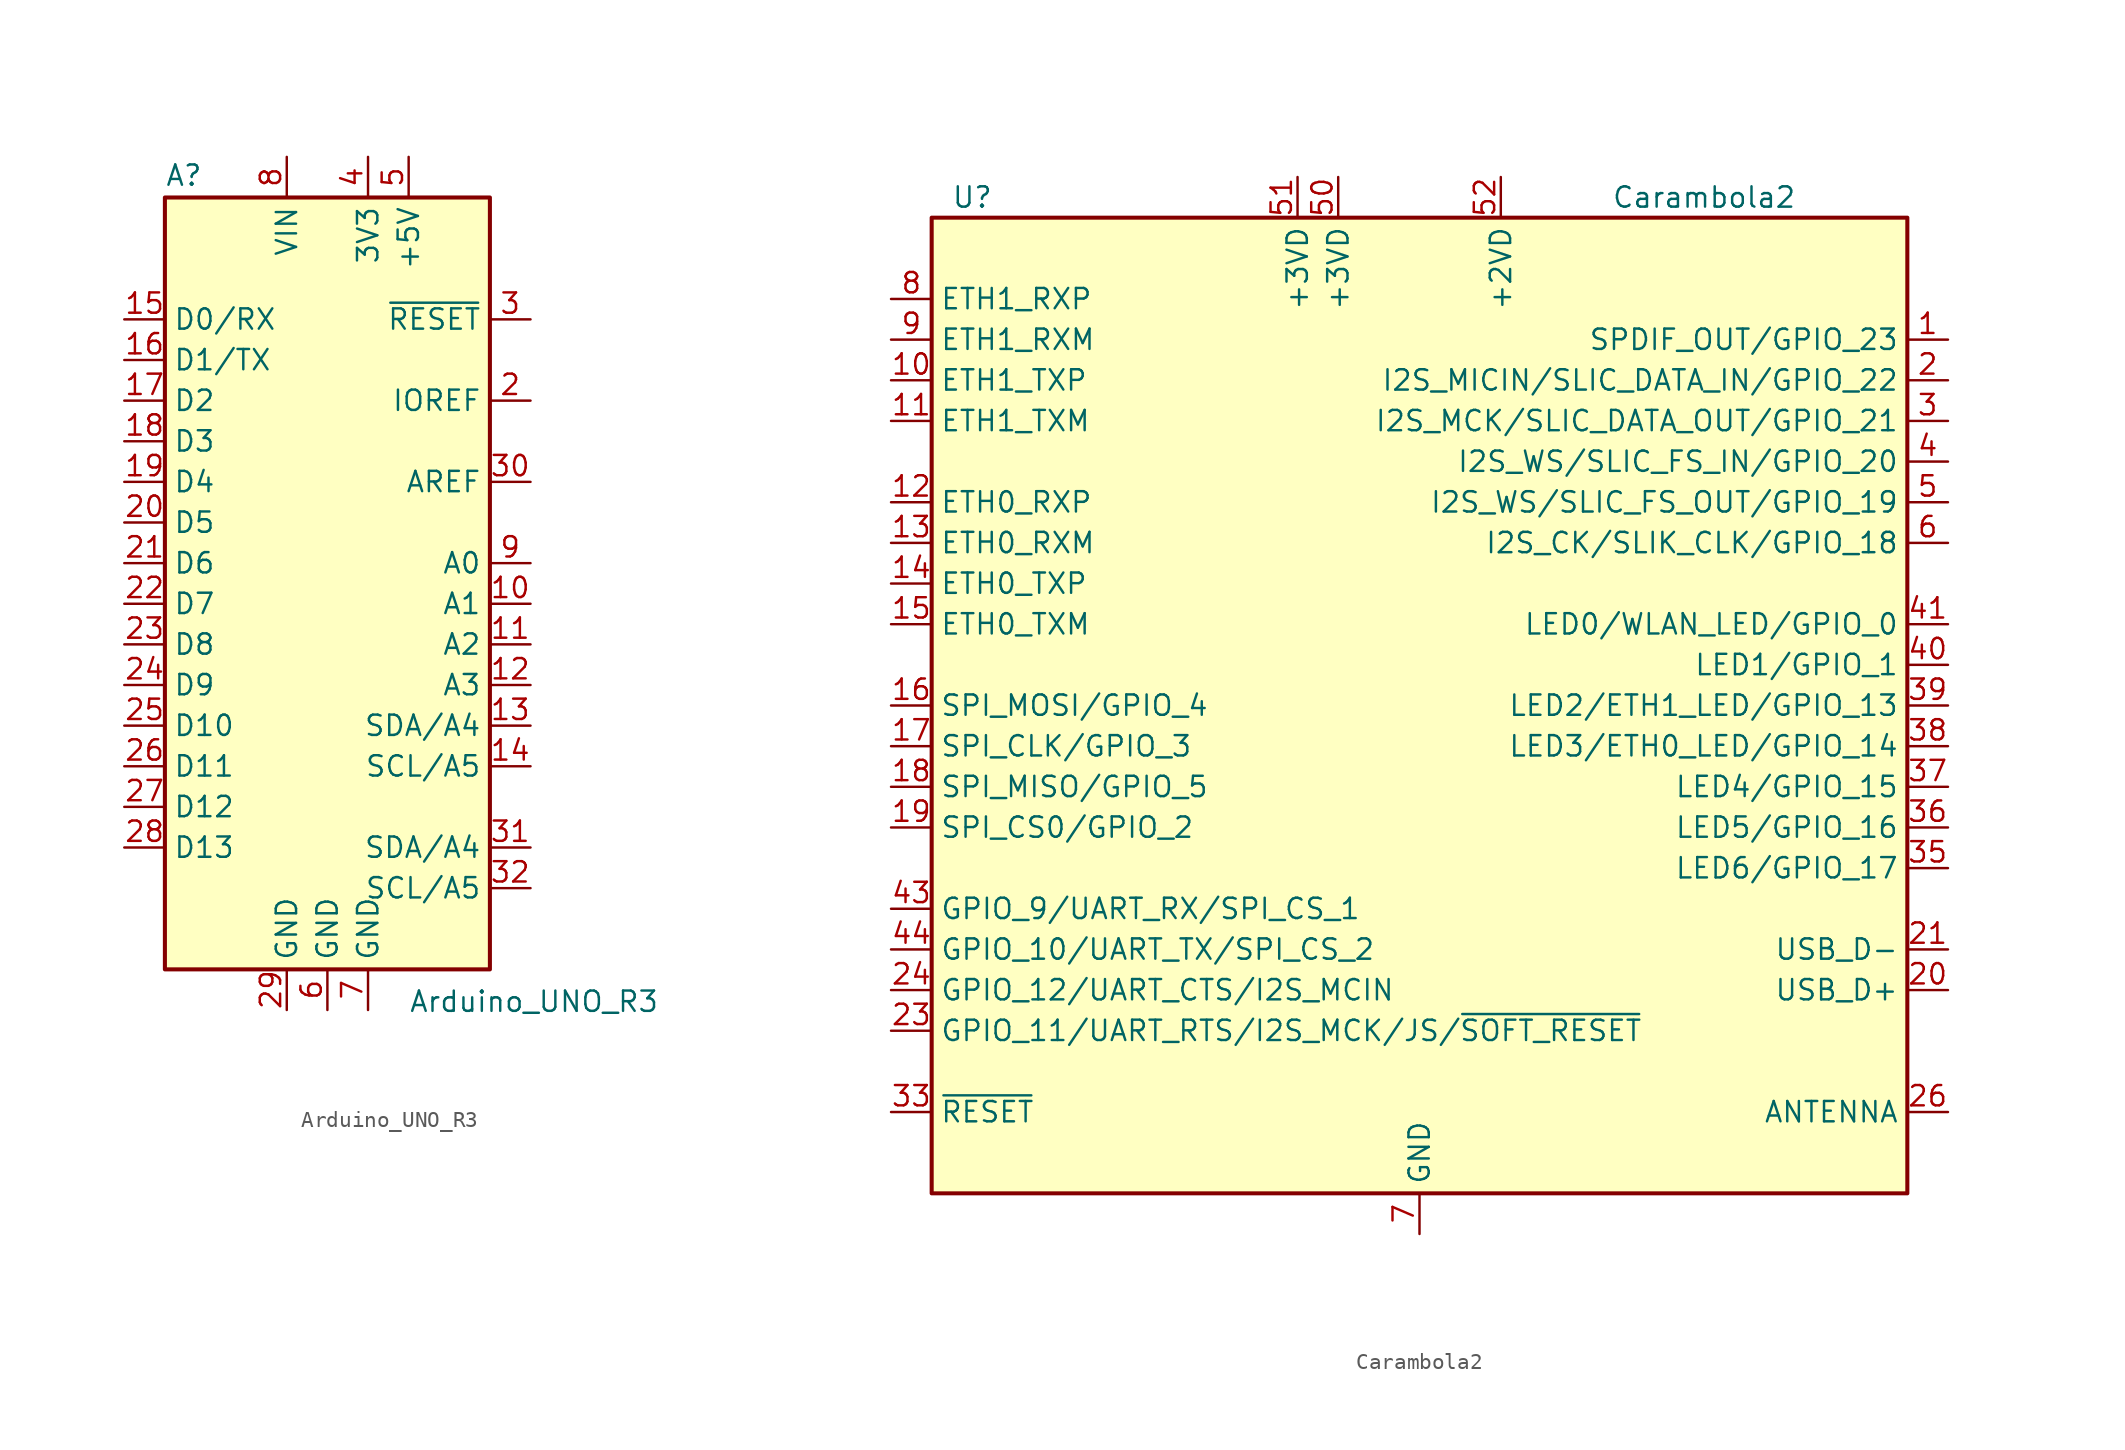
<source format=kicad_sym>
(kicad_symbol_lib
  (version 20241209)
  (generator "kicad_symbol_editor")
  (generator_version "9.0")
  (symbol "Arduino_UNO_R3"
    (property "Reference" "A"
      (at -10.16 23.495 0)
      (effects (font (size 1.27 1.27)) (justify left bottom)))
    (property "Value" "Arduino_UNO_R3"
      (at 5.08 -26.67 0)
      (effects (font (size 1.27 1.27)) (justify left top)))
    (symbol "Arduino_UNO_R3_0_1"
      (rectangle (start -10.16 22.86) (end 10.16 -25.4) (stroke (width 0.254) (type default)) (fill (type background))))
    (symbol "Arduino_UNO_R3_1_1"
      (pin bidirectional line (at -12.7 15.24 0) (length 2.54) (name "D0/RX" (effects (font (size 1.27 1.27)))) (number "15" (effects (font (size 1.27 1.27)))))
      (pin bidirectional line (at -12.7 12.7 0) (length 2.54) (name "D1/TX" (effects (font (size 1.27 1.27)))) (number "16" (effects (font (size 1.27 1.27)))))
      (pin bidirectional line (at -12.7 10.16 0) (length 2.54) (name "D2" (effects (font (size 1.27 1.27)))) (number "17" (effects (font (size 1.27 1.27)))))
      (pin bidirectional line (at -12.7 7.62 0) (length 2.54) (name "D3" (effects (font (size 1.27 1.27)))) (number "18" (effects (font (size 1.27 1.27)))))
      (pin bidirectional line (at -12.7 5.08 0) (length 2.54) (name "D4" (effects (font (size 1.27 1.27)))) (number "19" (effects (font (size 1.27 1.27)))))
      (pin bidirectional line (at -12.7 2.54 0) (length 2.54) (name "D5" (effects (font (size 1.27 1.27)))) (number "20" (effects (font (size 1.27 1.27)))))
      (pin bidirectional line (at -12.7 0 0) (length 2.54) (name "D6" (effects (font (size 1.27 1.27)))) (number "21" (effects (font (size 1.27 1.27)))))
      (pin bidirectional line (at -12.7 -2.54 0) (length 2.54) (name "D7" (effects (font (size 1.27 1.27)))) (number "22" (effects (font (size 1.27 1.27)))))
      (pin bidirectional line (at -12.7 -5.08 0) (length 2.54) (name "D8" (effects (font (size 1.27 1.27)))) (number "23" (effects (font (size 1.27 1.27)))))
      (pin bidirectional line (at -12.7 -7.62 0) (length 2.54) (name "D9" (effects (font (size 1.27 1.27)))) (number "24" (effects (font (size 1.27 1.27)))))
      (pin bidirectional line (at -12.7 -10.16 0) (length 2.54) (name "D10" (effects (font (size 1.27 1.27)))) (number "25" (effects (font (size 1.27 1.27)))))
      (pin bidirectional line (at -12.7 -12.7 0) (length 2.54) (name "D11" (effects (font (size 1.27 1.27)))) (number "26" (effects (font (size 1.27 1.27)))))
      (pin bidirectional line (at -12.7 -15.24 0) (length 2.54) (name "D12" (effects (font (size 1.27 1.27)))) (number "27" (effects (font (size 1.27 1.27)))))
      (pin bidirectional line (at -12.7 -17.78 0) (length 2.54) (name "D13" (effects (font (size 1.27 1.27)))) (number "28" (effects (font (size 1.27 1.27)))))
      (pin no_connect line (at -10.16 -20.32 0) (length 2.54) (hide yes) (name "NC" (effects (font (size 1.27 1.27)))) (number "1" (effects (font (size 1.27 1.27)))))
      (pin power_in line (at -2.54 25.4 270) (length 2.54) (name "VIN" (effects (font (size 1.27 1.27)))) (number "8" (effects (font (size 1.27 1.27)))))
      (pin power_in line (at -2.54 -27.94 90) (length 2.54) (name "GND" (effects (font (size 1.27 1.27)))) (number "29" (effects (font (size 1.27 1.27)))))
      (pin power_in line (at 0 -27.94 90) (length 2.54) (name "GND" (effects (font (size 1.27 1.27)))) (number "6" (effects (font (size 1.27 1.27)))))
      (pin power_out line (at 2.54 25.4 270) (length 2.54) (name "3V3" (effects (font (size 1.27 1.27)))) (number "4" (effects (font (size 1.27 1.27)))))
      (pin power_in line (at 2.54 -27.94 90) (length 2.54) (name "GND" (effects (font (size 1.27 1.27)))) (number "7" (effects (font (size 1.27 1.27)))))
      (pin power_out line (at 5.08 25.4 270) (length 2.54) (name "+5V" (effects (font (size 1.27 1.27)))) (number "5" (effects (font (size 1.27 1.27)))))
      (pin input line (at 12.7 15.24 180) (length 2.54) (name "~{RESET}" (effects (font (size 1.27 1.27)))) (number "3" (effects (font (size 1.27 1.27)))))
      (pin output line (at 12.7 10.16 180) (length 2.54) (name "IOREF" (effects (font (size 1.27 1.27)))) (number "2" (effects (font (size 1.27 1.27)))))
      (pin input line (at 12.7 5.08 180) (length 2.54) (name "AREF" (effects (font (size 1.27 1.27)))) (number "30" (effects (font (size 1.27 1.27)))))
      (pin bidirectional line (at 12.7 0 180) (length 2.54) (name "A0" (effects (font (size 1.27 1.27)))) (number "9" (effects (font (size 1.27 1.27)))))
      (pin bidirectional line (at 12.7 -2.54 180) (length 2.54) (name "A1" (effects (font (size 1.27 1.27)))) (number "10" (effects (font (size 1.27 1.27)))))
      (pin bidirectional line (at 12.7 -5.08 180) (length 2.54) (name "A2" (effects (font (size 1.27 1.27)))) (number "11" (effects (font (size 1.27 1.27)))))
      (pin bidirectional line (at 12.7 -7.62 180) (length 2.54) (name "A3" (effects (font (size 1.27 1.27)))) (number "12" (effects (font (size 1.27 1.27)))))
      (pin bidirectional line (at 12.7 -10.16 180) (length 2.54) (name "SDA/A4" (effects (font (size 1.27 1.27)))) (number "13" (effects (font (size 1.27 1.27)))))
      (pin bidirectional line (at 12.7 -12.7 180) (length 2.54) (name "SCL/A5" (effects (font (size 1.27 1.27)))) (number "14" (effects (font (size 1.27 1.27)))))
      (pin bidirectional line (at 12.7 -17.78 180) (length 2.54) (name "SDA/A4" (effects (font (size 1.27 1.27)))) (number "31" (effects (font (size 1.27 1.27)))))
      (pin bidirectional line (at 12.7 -20.32 180) (length 2.54) (name "SCL/A5" (effects (font (size 1.27 1.27)))) (number "32" (effects (font (size 1.27 1.27)))))))
  (symbol "Carambola2"
    (property "Reference" "U"
      (at -27.94 31.75 0)
      (effects (font (size 1.27 1.27))))
    (property "Value" "Carambola2"
      (at 17.78 31.75 0)
      (effects (font (size 1.27 1.27))))
    (symbol "Carambola2_0_1"
      (rectangle (start -30.48 30.48) (end 30.48 -30.48) (stroke (width 0.254) (type default)) (fill (type background))))
    (symbol "Carambola2_1_1"
      (pin input line (at -33.02 25.4 0) (length 2.54) (name "ETH1_RXP" (effects (font (size 1.27 1.27)))) (number "8" (effects (font (size 1.27 1.27)))))
      (pin input line (at -33.02 22.86 0) (length 2.54) (name "ETH1_RXM" (effects (font (size 1.27 1.27)))) (number "9" (effects (font (size 1.27 1.27)))))
      (pin output line (at -33.02 20.32 0) (length 2.54) (name "ETH1_TXP" (effects (font (size 1.27 1.27)))) (number "10" (effects (font (size 1.27 1.27)))))
      (pin output line (at -33.02 17.78 0) (length 2.54) (name "ETH1_TXM" (effects (font (size 1.27 1.27)))) (number "11" (effects (font (size 1.27 1.27)))))
      (pin input line (at -33.02 12.7 0) (length 2.54) (name "ETH0_RXP" (effects (font (size 1.27 1.27)))) (number "12" (effects (font (size 1.27 1.27)))))
      (pin input line (at -33.02 10.16 0) (length 2.54) (name "ETH0_RXM" (effects (font (size 1.27 1.27)))) (number "13" (effects (font (size 1.27 1.27)))))
      (pin output line (at -33.02 7.62 0) (length 2.54) (name "ETH0_TXP" (effects (font (size 1.27 1.27)))) (number "14" (effects (font (size 1.27 1.27)))))
      (pin output line (at -33.02 5.08 0) (length 2.54) (name "ETH0_TXM" (effects (font (size 1.27 1.27)))) (number "15" (effects (font (size 1.27 1.27)))))
      (pin bidirectional line (at -33.02 0 0) (length 2.54) (name "SPI_MOSI/GPIO_4" (effects (font (size 1.27 1.27)))) (number "16" (effects (font (size 1.27 1.27)))))
      (pin bidirectional line (at -33.02 -2.54 0) (length 2.54) (name "SPI_CLK/GPIO_3" (effects (font (size 1.27 1.27)))) (number "17" (effects (font (size 1.27 1.27)))))
      (pin bidirectional line (at -33.02 -5.08 0) (length 2.54) (name "SPI_MISO/GPIO_5" (effects (font (size 1.27 1.27)))) (number "18" (effects (font (size 1.27 1.27)))))
      (pin bidirectional line (at -33.02 -7.62 0) (length 2.54) (name "SPI_CS0/GPIO_2" (effects (font (size 1.27 1.27)))) (number "19" (effects (font (size 1.27 1.27)))))
      (pin bidirectional line (at -33.02 -12.7 0) (length 2.54) (name "GPIO_9/UART_RX/SPI_CS_1" (effects (font (size 1.27 1.27)))) (number "43" (effects (font (size 1.27 1.27)))))
      (pin bidirectional line (at -33.02 -15.24 0) (length 2.54) (name "GPIO_10/UART_TX/SPI_CS_2" (effects (font (size 1.27 1.27)))) (number "44" (effects (font (size 1.27 1.27)))))
      (pin input line (at -33.02 -17.78 0) (length 2.54) (name "GPIO_12/UART_CTS/I2S_MCIN" (effects (font (size 1.27 1.27)))) (number "24" (effects (font (size 1.27 1.27)))))
      (pin output line (at -33.02 -20.32 0) (length 2.54) (name "GPIO_11/UART_RTS/I2S_MCK/JS/~{SOFT_RESET}" (effects (font (size 1.27 1.27)))) (number "23" (effects (font (size 1.27 1.27)))))
      (pin input line (at -33.02 -25.4 0) (length 2.54) (name "~{RESET}" (effects (font (size 1.27 1.27)))) (number "33" (effects (font (size 1.27 1.27)))))
      (pin power_in line (at -7.62 33.02 270) (length 2.54) (name "+3VD" (effects (font (size 1.27 1.27)))) (number "51" (effects (font (size 1.27 1.27)))))
      (pin power_in line (at -5.08 33.02 270) (length 2.54) (name "+3VD" (effects (font (size 1.27 1.27)))) (number "50" (effects (font (size 1.27 1.27)))))
      (pin passive line (at 0 -33.02 90) (length 2.54) (hide yes) (name "GND" (effects (font (size 1.27 1.27)))) (number "22" (effects (font (size 1.27 1.27)))))
      (pin passive line (at 0 -33.02 90) (length 2.54) (hide yes) (name "GND" (effects (font (size 1.27 1.27)))) (number "25" (effects (font (size 1.27 1.27)))))
      (pin passive line (at 0 -33.02 90) (length 2.54) (hide yes) (name "GND" (effects (font (size 1.27 1.27)))) (number "27" (effects (font (size 1.27 1.27)))))
      (pin passive line (at 0 -33.02 90) (length 2.54) (hide yes) (name "GND" (effects (font (size 1.27 1.27)))) (number "28" (effects (font (size 1.27 1.27)))))
      (pin passive line (at 0 -33.02 90) (length 2.54) (hide yes) (name "GND" (effects (font (size 1.27 1.27)))) (number "29" (effects (font (size 1.27 1.27)))))
      (pin passive line (at 0 -33.02 90) (length 2.54) (hide yes) (name "GND" (effects (font (size 1.27 1.27)))) (number "30" (effects (font (size 1.27 1.27)))))
      (pin passive line (at 0 -33.02 90) (length 2.54) (hide yes) (name "GND" (effects (font (size 1.27 1.27)))) (number "31" (effects (font (size 1.27 1.27)))))
      (pin passive line (at 0 -33.02 90) (length 2.54) (hide yes) (name "GND" (effects (font (size 1.27 1.27)))) (number "32" (effects (font (size 1.27 1.27)))))
      (pin passive line (at 0 -33.02 90) (length 2.54) (hide yes) (name "GND" (effects (font (size 1.27 1.27)))) (number "34" (effects (font (size 1.27 1.27)))))
      (pin passive line (at 0 -33.02 90) (length 2.54) (hide yes) (name "GND" (effects (font (size 1.27 1.27)))) (number "42" (effects (font (size 1.27 1.27)))))
      (pin passive line (at 0 -33.02 90) (length 2.54) (hide yes) (name "GND" (effects (font (size 1.27 1.27)))) (number "45" (effects (font (size 1.27 1.27)))))
      (pin passive line (at 0 -33.02 90) (length 2.54) (hide yes) (name "GND" (effects (font (size 1.27 1.27)))) (number "46" (effects (font (size 1.27 1.27)))))
      (pin passive line (at 0 -33.02 90) (length 2.54) (hide yes) (name "GND" (effects (font (size 1.27 1.27)))) (number "47" (effects (font (size 1.27 1.27)))))
      (pin passive line (at 0 -33.02 90) (length 2.54) (hide yes) (name "GND" (effects (font (size 1.27 1.27)))) (number "48" (effects (font (size 1.27 1.27)))))
      (pin passive line (at 0 -33.02 90) (length 2.54) (hide yes) (name "GND" (effects (font (size 1.27 1.27)))) (number "49" (effects (font (size 1.27 1.27)))))
      (pin power_in line (at 0 -33.02 90) (length 2.54) (name "GND" (effects (font (size 1.27 1.27)))) (number "7" (effects (font (size 1.27 1.27)))))
      (pin power_out line (at 5.08 33.02 270) (length 2.54) (name "+2VD" (effects (font (size 1.27 1.27)))) (number "52" (effects (font (size 1.27 1.27)))))
      (pin bidirectional line (at 33.02 22.86 180) (length 2.54) (name "SPDIF_OUT/GPIO_23" (effects (font (size 1.27 1.27)))) (number "1" (effects (font (size 1.27 1.27)))))
      (pin bidirectional line (at 33.02 20.32 180) (length 2.54) (name "I2S_MICIN/SLIC_DATA_IN/GPIO_22" (effects (font (size 1.27 1.27)))) (number "2" (effects (font (size 1.27 1.27)))))
      (pin bidirectional line (at 33.02 17.78 180) (length 2.54) (name "I2S_MCK/SLIC_DATA_OUT/GPIO_21" (effects (font (size 1.27 1.27)))) (number "3" (effects (font (size 1.27 1.27)))))
      (pin bidirectional line (at 33.02 15.24 180) (length 2.54) (name "I2S_WS/SLIC_FS_IN/GPIO_20" (effects (font (size 1.27 1.27)))) (number "4" (effects (font (size 1.27 1.27)))))
      (pin bidirectional line (at 33.02 12.7 180) (length 2.54) (name "I2S_WS/SLIC_FS_OUT/GPIO_19" (effects (font (size 1.27 1.27)))) (number "5" (effects (font (size 1.27 1.27)))))
      (pin bidirectional line (at 33.02 10.16 180) (length 2.54) (name "I2S_CK/SLIK_CLK/GPIO_18" (effects (font (size 1.27 1.27)))) (number "6" (effects (font (size 1.27 1.27)))))
      (pin bidirectional line (at 33.02 5.08 180) (length 2.54) (name "LED0/WLAN_LED/GPIO_0" (effects (font (size 1.27 1.27)))) (number "41" (effects (font (size 1.27 1.27)))))
      (pin bidirectional line (at 33.02 2.54 180) (length 2.54) (name "LED1/GPIO_1" (effects (font (size 1.27 1.27)))) (number "40" (effects (font (size 1.27 1.27)))))
      (pin bidirectional line (at 33.02 0 180) (length 2.54) (name "LED2/ETH1_LED/GPIO_13" (effects (font (size 1.27 1.27)))) (number "39" (effects (font (size 1.27 1.27)))))
      (pin bidirectional line (at 33.02 -2.54 180) (length 2.54) (name "LED3/ETH0_LED/GPIO_14" (effects (font (size 1.27 1.27)))) (number "38" (effects (font (size 1.27 1.27)))))
      (pin bidirectional line (at 33.02 -5.08 180) (length 2.54) (name "LED4/GPIO_15" (effects (font (size 1.27 1.27)))) (number "37" (effects (font (size 1.27 1.27)))))
      (pin bidirectional line (at 33.02 -7.62 180) (length 2.54) (name "LED5/GPIO_16" (effects (font (size 1.27 1.27)))) (number "36" (effects (font (size 1.27 1.27)))))
      (pin bidirectional line (at 33.02 -10.16 180) (length 2.54) (name "LED6/GPIO_17" (effects (font (size 1.27 1.27)))) (number "35" (effects (font (size 1.27 1.27)))))
      (pin bidirectional line (at 33.02 -15.24 180) (length 2.54) (name "USB_D-" (effects (font (size 1.27 1.27)))) (number "21" (effects (font (size 1.27 1.27)))))
      (pin bidirectional line (at 33.02 -17.78 180) (length 2.54) (name "USB_D+" (effects (font (size 1.27 1.27)))) (number "20" (effects (font (size 1.27 1.27)))))
      (pin passive line (at 33.02 -25.4 180) (length 2.54) (name "ANTENNA" (effects (font (size 1.27 1.27)))) (number "26" (effects (font (size 1.27 1.27))))))))
</source>
